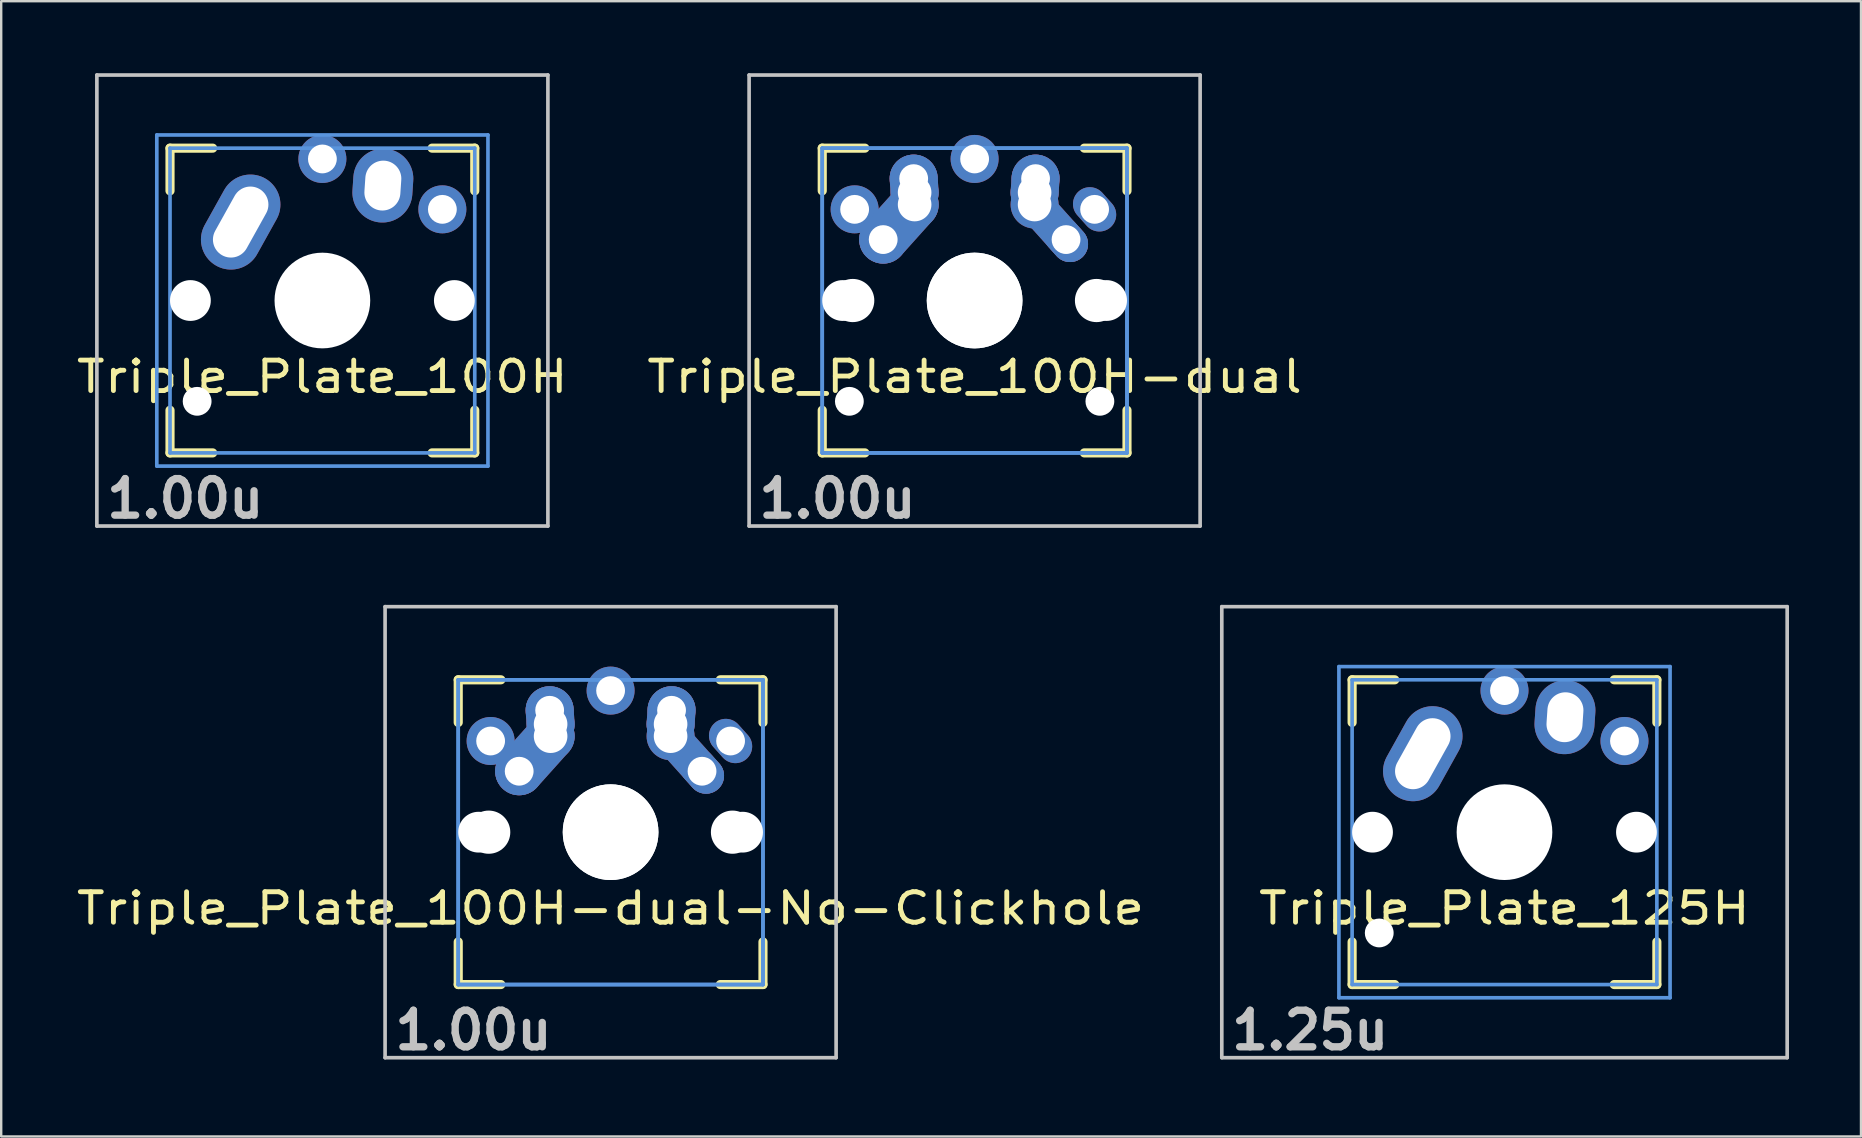
<source format=kicad_pcb>
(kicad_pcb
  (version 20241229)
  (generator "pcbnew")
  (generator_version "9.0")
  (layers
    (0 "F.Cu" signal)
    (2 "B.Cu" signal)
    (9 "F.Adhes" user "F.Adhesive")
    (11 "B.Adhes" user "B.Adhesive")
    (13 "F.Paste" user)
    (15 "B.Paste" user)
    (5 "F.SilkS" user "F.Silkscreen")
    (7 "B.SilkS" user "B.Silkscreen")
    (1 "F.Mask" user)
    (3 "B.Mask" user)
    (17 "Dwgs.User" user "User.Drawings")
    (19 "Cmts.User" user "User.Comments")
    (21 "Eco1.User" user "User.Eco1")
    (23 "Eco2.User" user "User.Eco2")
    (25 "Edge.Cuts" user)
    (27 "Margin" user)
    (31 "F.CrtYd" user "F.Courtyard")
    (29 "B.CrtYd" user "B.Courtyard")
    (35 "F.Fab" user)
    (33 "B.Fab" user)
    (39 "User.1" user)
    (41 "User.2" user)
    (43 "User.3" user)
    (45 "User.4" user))
  (footprint "Triple_Plate_100H-dual-No-Clickhole"
    (layer "F.Cu")
    (at 22.396 31.63)
    (property "Reference" "Triple_Plate_100H-dual-No-Clickhole" (at 0 3.175 0) (layer "F.SilkS") (effects (font (size 1.27 1.524) (thickness 0.203))))
    (attr through_hole)
    (fp_line (start -6.35 -6.35) (end -4.572 -6.35) (stroke (width 0.381) (type solid)) (layer "F.SilkS"))
    (fp_line (start -6.35 -4.572) (end -6.35 -6.35) (stroke (width 0.381) (type solid)) (layer "F.SilkS"))
    (fp_line (start -6.35 6.35) (end -6.35 4.572) (stroke (width 0.381) (type solid)) (layer "F.SilkS"))
    (fp_line (start -4.572 6.35) (end -6.35 6.35) (stroke (width 0.381) (type solid)) (layer "F.SilkS"))
    (fp_line (start 4.572 -6.35) (end 6.35 -6.35) (stroke (width 0.381) (type solid)) (layer "F.SilkS"))
    (fp_line (start 6.35 -6.35) (end 6.35 -4.572) (stroke (width 0.381) (type solid)) (layer "F.SilkS"))
    (fp_line (start 6.35 4.572) (end 6.35 6.35) (stroke (width 0.381) (type solid)) (layer "F.SilkS"))
    (fp_line (start 6.35 6.35) (end 4.572 6.35) (stroke (width 0.381) (type solid)) (layer "F.SilkS"))
    (fp_line (start -9.398 -9.398) (end 9.398 -9.398) (stroke (width 0.152) (type solid)) (layer "Dwgs.User"))
    (fp_line (start -9.398 9.398) (end -9.398 -9.398) (stroke (width 0.152) (type solid)) (layer "Dwgs.User"))
    (fp_line (start 9.398 -9.398) (end 9.398 9.398) (stroke (width 0.152) (type solid)) (layer "Dwgs.User"))
    (fp_line (start 9.398 9.398) (end -9.398 9.398) (stroke (width 0.152) (type solid)) (layer "Dwgs.User"))
    (fp_line (start -6.35 -6.35) (end 6.35 -6.35) (stroke (width 0.152) (type solid)) (layer "Cmts.User"))
    (fp_line (start -6.35 -6.35) (end 6.35 -6.35) (stroke (width 0.152) (type solid)) (layer "Cmts.User"))
    (fp_line (start -6.35 6.35) (end -6.35 -6.35) (stroke (width 0.152) (type solid)) (layer "Cmts.User"))
    (fp_line (start -6.35 6.35) (end -6.35 -6.35) (stroke (width 0.152) (type solid)) (layer "Cmts.User"))
    (fp_line (start 6.35 -6.35) (end 6.35 6.35) (stroke (width 0.152) (type solid)) (layer "Cmts.User"))
    (fp_line (start 6.35 -6.35) (end 6.35 6.35) (stroke (width 0.152) (type solid)) (layer "Cmts.User"))
    (fp_line (start 6.35 6.35) (end -6.35 6.35) (stroke (width 0.152) (type solid)) (layer "Cmts.User"))
    (fp_line (start 6.35 6.35) (end -6.35 6.35) (stroke (width 0.152) (type solid)) (layer "Cmts.User"))
    (fp_line (start -6.985 -6.985) (end 6.985 -6.985) (stroke (width 0.152) (type solid)) (layer "Eco2.User"))
    (fp_line (start -6.985 -6.985) (end 6.985 -6.985) (stroke (width 0.152) (type solid)) (layer "Eco2.User"))
    (fp_line (start -6.985 6.985) (end -6.985 -6.985) (stroke (width 0.152) (type solid)) (layer "Eco2.User"))
    (fp_line (start -6.985 6.985) (end -6.985 -6.985) (stroke (width 0.152) (type solid)) (layer "Eco2.User"))
    (fp_line (start 6.985 -6.985) (end 6.985 6.985) (stroke (width 0.152) (type solid)) (layer "Eco2.User"))
    (fp_line (start 6.985 -6.985) (end 6.985 6.985) (stroke (width 0.152) (type solid)) (layer "Eco2.User"))
    (fp_line (start 6.985 6.985) (end -6.985 6.985) (stroke (width 0.152) (type solid)) (layer "Eco2.User"))
    (fp_line (start 6.985 6.985) (end -6.985 6.985) (stroke (width 0.152) (type solid)) (layer "Eco2.User"))
    (fp_text user "1.00u" (at -5.715 8.255 0) (layer "Dwgs.User") (effects (font (size 1.524 1.524) (thickness 0.305))))
    (pad "" np_thru_hole circle (at -5.5 0) (size 1.7 1.7) (drill 1.7) (layers "*.Cu"))
    (pad "" np_thru_hole circle (at -5.08 0) (size 1.8 1.8) (drill 1.8) (layers "*.Cu"))
    (pad "" np_thru_hole circle (at 0 0) (size 3.988 3.988) (drill 3.988) (layers "*.Cu"))
    (pad "" np_thru_hole circle (at 0 0) (size 3.988 3.988) (drill 3.988) (layers "*.Cu"))
    (pad "" np_thru_hole circle (at 5.08 0) (size 1.8 1.8) (drill 1.8) (layers "*.Cu"))
    (pad "" np_thru_hole circle (at 5.5 0) (size 1.7 1.7) (drill 1.7) (layers "*.Cu"))
    (pad "1" thru_hole circle (at -5 -3.8 138.1) (size 2 2) (drill 1.2) (layers "*.Cu" "*.Mask"))
    (pad "1" thru_hole circle (at -3.81 -2.54) (size 2 2) (drill oval 1.2) (layers "*.Cu" "*.Mask"))
    (pad "1" smd oval (at -3.155 -3.27 138.1) (size 2 3.962) (layers "F.Cu" "F.Mask" "F.Paste"))
    (pad "1" smd oval (at -3.155 -3.27 138.1) (size 2 3.962) (layers "B.Cu" "B.Mask" "B.Paste"))
    (pad "1" thru_hole circle (at -2.54 -5.08 330.95) (size 2 2) (drill 1.2) (layers "*.Cu" "*.Mask"))
    (pad "1" smd oval (at -2.52 -4.79 3.945) (size 2 2.581) (layers "F.Cu" "F.Mask" "F.Paste"))
    (pad "1" smd oval (at -2.52 -4.79 3.945) (size 2 2.581) (layers "B.Cu" "B.Mask" "B.Paste"))
    (pad "1" thru_hole circle (at -2.5 -4.5 330.95) (size 2 2) (drill 1.4) (layers "*.Cu" "*.Mask"))
    (pad "1" thru_hole circle (at -2.5 -4 330.95) (size 2 2) (drill 1.4) (layers "*.Cu" "*.Mask"))
    (pad "1" thru_hole oval (at 5 -3.8 221.9) (size 1.4 2) (drill 1.2) (layers "*.Cu" "*.Mask"))
    (pad "2" thru_hole circle (at 0 -5.9) (size 2 2) (drill 1.2) (layers "*.Cu" "*.Mask"))
    (pad "2" thru_hole circle (at 2.5 -4.5 330.95) (size 2 2) (drill 1.4) (layers "*.Cu" "*.Mask"))
    (pad "2" thru_hole circle (at 2.5 -4) (size 2 2) (drill 1.4) (layers "*.Cu" "*.Mask"))
    (pad "2" smd oval (at 2.52 -4.79 356.055) (size 2 2.581) (layers "F.Cu" "F.Mask" "F.Paste"))
    (pad "2" smd oval (at 2.52 -4.79 356.055) (size 2 2.581) (layers "B.Cu" "B.Mask" "B.Paste"))
    (pad "2" thru_hole circle (at 2.54 -5.08 330.95) (size 2 2) (drill 1.2) (layers "*.Cu" "*.Mask"))
    (pad "2" smd oval (at 3.155 -3.27 221.9) (size 1.5 3.962) (layers "F.Cu" "F.Mask" "F.Paste"))
    (pad "2" smd oval (at 3.155 -3.27 221.9) (size 1.5 3.962) (layers "B.Cu" "B.Mask" "B.Paste"))
    (pad "2" thru_hole oval (at 3.81 -2.54 311.9) (size 2 1.5) (drill 1.2) (layers "*.Cu" "*.Mask")))
  (footprint "Triple_Plate_100H"
    (layer "F.Cu")
    (at 10.385 9.474)
    (property "Reference" "Triple_Plate_100H" (at 0 3.175 0) (layer "F.SilkS") (effects (font (size 1.27 1.524) (thickness 0.203))))
    (attr through_hole)
    (fp_line (start -6.35 -6.35) (end -4.572 -6.35) (stroke (width 0.381) (type solid)) (layer "F.SilkS"))
    (fp_line (start -6.35 -4.572) (end -6.35 -6.35) (stroke (width 0.381) (type solid)) (layer "F.SilkS"))
    (fp_line (start -6.35 6.35) (end -6.35 4.572) (stroke (width 0.381) (type solid)) (layer "F.SilkS"))
    (fp_line (start -4.572 6.35) (end -6.35 6.35) (stroke (width 0.381) (type solid)) (layer "F.SilkS"))
    (fp_line (start 4.572 -6.35) (end 6.35 -6.35) (stroke (width 0.381) (type solid)) (layer "F.SilkS"))
    (fp_line (start 6.35 -6.35) (end 6.35 -4.572) (stroke (width 0.381) (type solid)) (layer "F.SilkS"))
    (fp_line (start 6.35 4.572) (end 6.35 6.35) (stroke (width 0.381) (type solid)) (layer "F.SilkS"))
    (fp_line (start 6.35 6.35) (end 4.572 6.35) (stroke (width 0.381) (type solid)) (layer "F.SilkS"))
    (fp_line (start -9.398 -9.398) (end 9.398 -9.398) (stroke (width 0.152) (type solid)) (layer "Dwgs.User"))
    (fp_line (start -9.398 9.398) (end -9.398 -9.398) (stroke (width 0.152) (type solid)) (layer "Dwgs.User"))
    (fp_line (start 9.398 -9.398) (end 9.398 9.398) (stroke (width 0.152) (type solid)) (layer "Dwgs.User"))
    (fp_line (start 9.398 9.398) (end -9.398 9.398) (stroke (width 0.152) (type solid)) (layer "Dwgs.User"))
    (fp_line (start -6.9 -6.9) (end 6.9 -6.9) (stroke (width 0.152) (type solid)) (layer "Cmts.User"))
    (fp_line (start -6.9 6.9) (end -6.9 -6.9) (stroke (width 0.152) (type solid)) (layer "Cmts.User"))
    (fp_line (start -6.35 -6.35) (end 6.35 -6.35) (stroke (width 0.152) (type solid)) (layer "Cmts.User"))
    (fp_line (start -6.35 6.35) (end -6.35 -6.35) (stroke (width 0.152) (type solid)) (layer "Cmts.User"))
    (fp_line (start 6.35 -6.35) (end 6.35 6.35) (stroke (width 0.152) (type solid)) (layer "Cmts.User"))
    (fp_line (start 6.35 6.35) (end -6.35 6.35) (stroke (width 0.152) (type solid)) (layer "Cmts.User"))
    (fp_line (start 6.9 -6.9) (end 6.9 6.9) (stroke (width 0.152) (type solid)) (layer "Cmts.User"))
    (fp_line (start 6.9 6.9) (end -6.9 6.9) (stroke (width 0.152) (type solid)) (layer "Cmts.User"))
    (fp_line (start -7.5 -7.5) (end 7.5 -7.5) (stroke (width 0.152) (type solid)) (layer "Eco2.User"))
    (fp_line (start -7.5 7.5) (end -7.5 -7.5) (stroke (width 0.152) (type solid)) (layer "Eco2.User"))
    (fp_line (start -6.985 -6.985) (end 6.985 -6.985) (stroke (width 0.152) (type solid)) (layer "Eco2.User"))
    (fp_line (start -6.985 6.985) (end -6.985 -6.985) (stroke (width 0.152) (type solid)) (layer "Eco2.User"))
    (fp_line (start 6.985 -6.985) (end 6.985 6.985) (stroke (width 0.152) (type solid)) (layer "Eco2.User"))
    (fp_line (start 6.985 6.985) (end -6.985 6.985) (stroke (width 0.152) (type solid)) (layer "Eco2.User"))
    (fp_line (start 7.5 -7.5) (end 7.5 7.5) (stroke (width 0.152) (type solid)) (layer "Eco2.User"))
    (fp_line (start 7.5 7.5) (end -7.5 7.5) (stroke (width 0.152) (type solid)) (layer "Eco2.User"))
    (fp_text user "1.00u" (at -5.715 8.255 0) (layer "Dwgs.User") (effects (font (size 1.524 1.524) (thickness 0.305))))
    (pad "" np_thru_hole circle (at -5.5 0) (size 1.7 1.7) (drill 1.7) (layers "*.Cu"))
    (pad "" np_thru_hole circle (at -5.22 4.2) (size 1.2 1.2) (drill 1.2) (layers "*.Cu"))
    (pad "" np_thru_hole circle (at 0 0) (size 3.4 3.4) (drill 3.4) (layers "*.Cu"))
    (pad "" np_thru_hole circle (at 0 0) (size 3.988 3.988) (drill 3.988) (layers "*.Cu"))
    (pad "" np_thru_hole circle (at 5.5 0) (size 1.7 1.7) (drill 1.7) (layers "*.Cu"))
    (pad "1" thru_hole oval (at -3.405 -3.27 330.9) (size 2.5 4.17) (drill oval 1.5 3.17) (layers "*.Cu" "*.Mask"))
    (pad "1" thru_hole circle (at 0 -5.9) (size 2 2) (drill 1.2) (layers "*.Cu" "*.Mask"))
    (pad "2" thru_hole oval (at 2.52 -4.79 356.1) (size 2.5 3.08) (drill oval 1.5 2.08) (layers "*.Cu" "*.Mask"))
    (pad "2" thru_hole circle (at 5 -3.8 221.9) (size 2 2) (drill 1.2) (layers "*.Cu" "*.Mask")))
  (footprint "Triple_Plate_100H-dual"
    (layer "F.Cu")
    (at 37.566 9.474)
    (property "Reference" "Triple_Plate_100H-dual" (at 0 3.175 0) (layer "F.SilkS") (effects (font (size 1.27 1.524) (thickness 0.203))))
    (attr through_hole)
    (fp_line (start -6.35 -6.35) (end -4.572 -6.35) (stroke (width 0.381) (type solid)) (layer "F.SilkS"))
    (fp_line (start -6.35 -4.572) (end -6.35 -6.35) (stroke (width 0.381) (type solid)) (layer "F.SilkS"))
    (fp_line (start -6.35 6.35) (end -6.35 4.572) (stroke (width 0.381) (type solid)) (layer "F.SilkS"))
    (fp_line (start -4.572 6.35) (end -6.35 6.35) (stroke (width 0.381) (type solid)) (layer "F.SilkS"))
    (fp_line (start 4.572 -6.35) (end 6.35 -6.35) (stroke (width 0.381) (type solid)) (layer "F.SilkS"))
    (fp_line (start 6.35 -6.35) (end 6.35 -4.572) (stroke (width 0.381) (type solid)) (layer "F.SilkS"))
    (fp_line (start 6.35 4.572) (end 6.35 6.35) (stroke (width 0.381) (type solid)) (layer "F.SilkS"))
    (fp_line (start 6.35 6.35) (end 4.572 6.35) (stroke (width 0.381) (type solid)) (layer "F.SilkS"))
    (fp_line (start -9.398 -9.398) (end 9.398 -9.398) (stroke (width 0.152) (type solid)) (layer "Dwgs.User"))
    (fp_line (start -9.398 9.398) (end -9.398 -9.398) (stroke (width 0.152) (type solid)) (layer "Dwgs.User"))
    (fp_line (start 9.398 -9.398) (end 9.398 9.398) (stroke (width 0.152) (type solid)) (layer "Dwgs.User"))
    (fp_line (start 9.398 9.398) (end -9.398 9.398) (stroke (width 0.152) (type solid)) (layer "Dwgs.User"))
    (fp_line (start -6.35 -6.35) (end 6.35 -6.35) (stroke (width 0.152) (type solid)) (layer "Cmts.User"))
    (fp_line (start -6.35 -6.35) (end 6.35 -6.35) (stroke (width 0.152) (type solid)) (layer "Cmts.User"))
    (fp_line (start -6.35 6.35) (end -6.35 -6.35) (stroke (width 0.152) (type solid)) (layer "Cmts.User"))
    (fp_line (start -6.35 6.35) (end -6.35 -6.35) (stroke (width 0.152) (type solid)) (layer "Cmts.User"))
    (fp_line (start 6.35 -6.35) (end 6.35 6.35) (stroke (width 0.152) (type solid)) (layer "Cmts.User"))
    (fp_line (start 6.35 -6.35) (end 6.35 6.35) (stroke (width 0.152) (type solid)) (layer "Cmts.User"))
    (fp_line (start 6.35 6.35) (end -6.35 6.35) (stroke (width 0.152) (type solid)) (layer "Cmts.User"))
    (fp_line (start 6.35 6.35) (end -6.35 6.35) (stroke (width 0.152) (type solid)) (layer "Cmts.User"))
    (fp_line (start -7.5 -7.5) (end 7.5 -7.5) (stroke (width 0.152) (type solid)) (layer "Eco2.User"))
    (fp_line (start -7.5 7.5) (end -7.5 -7.5) (stroke (width 0.152) (type solid)) (layer "Eco2.User"))
    (fp_line (start -6.985 -6.985) (end 6.985 -6.985) (stroke (width 0.152) (type solid)) (layer "Eco2.User"))
    (fp_line (start -6.985 -6.985) (end 6.985 -6.985) (stroke (width 0.152) (type solid)) (layer "Eco2.User"))
    (fp_line (start -6.985 6.985) (end -6.985 -6.985) (stroke (width 0.152) (type solid)) (layer "Eco2.User"))
    (fp_line (start -6.985 6.985) (end -6.985 -6.985) (stroke (width 0.152) (type solid)) (layer "Eco2.User"))
    (fp_line (start 6.985 -6.985) (end 6.985 6.985) (stroke (width 0.152) (type solid)) (layer "Eco2.User"))
    (fp_line (start 6.985 -6.985) (end 6.985 6.985) (stroke (width 0.152) (type solid)) (layer "Eco2.User"))
    (fp_line (start 6.985 6.985) (end -6.985 6.985) (stroke (width 0.152) (type solid)) (layer "Eco2.User"))
    (fp_line (start 6.985 6.985) (end -6.985 6.985) (stroke (width 0.152) (type solid)) (layer "Eco2.User"))
    (fp_line (start 7.5 -7.5) (end 7.5 7.5) (stroke (width 0.152) (type solid)) (layer "Eco2.User"))
    (fp_line (start 7.5 7.5) (end -7.5 7.5) (stroke (width 0.152) (type solid)) (layer "Eco2.User"))
    (fp_text user "1.00u" (at -5.715 8.255 0) (layer "Dwgs.User") (effects (font (size 1.524 1.524) (thickness 0.305))))
    (pad "" np_thru_hole circle (at -5.5 0) (size 1.7 1.7) (drill 1.7) (layers "*.Cu"))
    (pad "" np_thru_hole circle (at -5.22 4.2) (size 1.2 1.2) (drill 1.2) (layers "*.Cu"))
    (pad "" np_thru_hole circle (at -5.08 0) (size 1.8 1.8) (drill 1.8) (layers "*.Cu"))
    (pad "" np_thru_hole circle (at 0 0) (size 3.988 3.988) (drill 3.988) (layers "*.Cu"))
    (pad "" np_thru_hole circle (at 0 0) (size 3.988 3.988) (drill 3.988) (layers "*.Cu"))
    (pad "" np_thru_hole circle (at 5.08 0) (size 1.8 1.8) (drill 1.8) (layers "*.Cu"))
    (pad "" np_thru_hole circle (at 5.22 4.2) (size 1.2 1.2) (drill 1.2) (layers "*.Cu"))
    (pad "" np_thru_hole circle (at 5.5 0) (size 1.7 1.7) (drill 1.7) (layers "*.Cu"))
    (pad "1" thru_hole circle (at -5 -3.8 138.1) (size 2 2) (drill 1.2) (layers "*.Cu" "*.Mask"))
    (pad "1" thru_hole circle (at -3.81 -2.54) (size 2 2) (drill oval 1.2) (layers "*.Cu" "*.Mask"))
    (pad "1" smd oval (at -3.155 -3.27 138.1) (size 2 3.962) (layers "F.Cu" "F.Mask" "F.Paste"))
    (pad "1" smd oval (at -3.155 -3.27 138.1) (size 2 3.962) (layers "B.Cu" "B.Mask" "B.Paste"))
    (pad "1" thru_hole circle (at -2.54 -5.08 330.95) (size 2 2) (drill 1.2) (layers "*.Cu" "*.Mask"))
    (pad "1" smd oval (at -2.52 -4.79 3.945) (size 2 2.581) (layers "F.Cu" "F.Mask" "F.Paste"))
    (pad "1" smd oval (at -2.52 -4.79 3.945) (size 2 2.581) (layers "B.Cu" "B.Mask" "B.Paste"))
    (pad "1" thru_hole circle (at -2.5 -4.5 330.95) (size 2 2) (drill 1.4) (layers "*.Cu" "*.Mask"))
    (pad "1" thru_hole circle (at -2.5 -4 330.95) (size 2 2) (drill 1.4) (layers "*.Cu" "*.Mask"))
    (pad "1" thru_hole oval (at 5 -3.8 221.9) (size 1.4 2) (drill 1.2) (layers "*.Cu" "*.Mask"))
    (pad "2" thru_hole circle (at 0 -5.9) (size 2 2) (drill 1.2) (layers "*.Cu" "*.Mask"))
    (pad "2" thru_hole circle (at 2.5 -4.5 330.95) (size 2 2) (drill 1.4) (layers "*.Cu" "*.Mask"))
    (pad "2" thru_hole circle (at 2.5 -4) (size 2 2) (drill 1.4) (layers "*.Cu" "*.Mask"))
    (pad "2" smd oval (at 2.52 -4.79 356.055) (size 2 2.581) (layers "F.Cu" "F.Mask" "F.Paste"))
    (pad "2" smd oval (at 2.52 -4.79 356.055) (size 2 2.581) (layers "B.Cu" "B.Mask" "B.Paste"))
    (pad "2" thru_hole circle (at 2.54 -5.08 330.95) (size 2 2) (drill 1.2) (layers "*.Cu" "*.Mask"))
    (pad "2" smd oval (at 3.155 -3.27 221.9) (size 1.5 3.962) (layers "F.Cu" "F.Mask" "F.Paste"))
    (pad "2" smd oval (at 3.155 -3.27 221.9) (size 1.5 3.962) (layers "B.Cu" "B.Mask" "B.Paste"))
    (pad "2" thru_hole oval (at 3.81 -2.54 311.9) (size 2 1.5) (drill 1.2) (layers "*.Cu" "*.Mask")))
  (footprint "Triple_Plate_125H"
    (layer "F.Cu")
    (at 59.648 31.63)
    (property "Reference" "Triple_Plate_125H" (at 0 3.175 0) (layer "F.SilkS") (effects (font (size 1.27 1.524) (thickness 0.203))))
    (attr through_hole)
    (fp_line (start -6.35 -6.35) (end -4.572 -6.35) (stroke (width 0.381) (type solid)) (layer "F.SilkS"))
    (fp_line (start -6.35 -4.572) (end -6.35 -6.35) (stroke (width 0.381) (type solid)) (layer "F.SilkS"))
    (fp_line (start -6.35 6.35) (end -6.35 4.572) (stroke (width 0.381) (type solid)) (layer "F.SilkS"))
    (fp_line (start -4.572 6.35) (end -6.35 6.35) (stroke (width 0.381) (type solid)) (layer "F.SilkS"))
    (fp_line (start 4.572 -6.35) (end 6.35 -6.35) (stroke (width 0.381) (type solid)) (layer "F.SilkS"))
    (fp_line (start 6.35 -6.35) (end 6.35 -4.572) (stroke (width 0.381) (type solid)) (layer "F.SilkS"))
    (fp_line (start 6.35 4.572) (end 6.35 6.35) (stroke (width 0.381) (type solid)) (layer "F.SilkS"))
    (fp_line (start 6.35 6.35) (end 4.572 6.35) (stroke (width 0.381) (type solid)) (layer "F.SilkS"))
    (fp_line (start -11.781 -9.398) (end 11.781 -9.398) (stroke (width 0.152) (type solid)) (layer "Dwgs.User"))
    (fp_line (start -11.781 9.398) (end -11.781 -9.398) (stroke (width 0.152) (type solid)) (layer "Dwgs.User"))
    (fp_line (start 11.781 -9.398) (end 11.781 9.398) (stroke (width 0.152) (type solid)) (layer "Dwgs.User"))
    (fp_line (start 11.781 9.398) (end -11.781 9.398) (stroke (width 0.152) (type solid)) (layer "Dwgs.User"))
    (fp_line (start -6.9 -6.9) (end 6.9 -6.9) (stroke (width 0.152) (type solid)) (layer "Cmts.User"))
    (fp_line (start -6.9 6.9) (end -6.9 -6.9) (stroke (width 0.152) (type solid)) (layer "Cmts.User"))
    (fp_line (start -6.35 -6.35) (end 6.35 -6.35) (stroke (width 0.152) (type solid)) (layer "Cmts.User"))
    (fp_line (start -6.35 6.35) (end -6.35 -6.35) (stroke (width 0.152) (type solid)) (layer "Cmts.User"))
    (fp_line (start 6.35 -6.35) (end 6.35 6.35) (stroke (width 0.152) (type solid)) (layer "Cmts.User"))
    (fp_line (start 6.35 6.35) (end -6.35 6.35) (stroke (width 0.152) (type solid)) (layer "Cmts.User"))
    (fp_line (start 6.9 -6.9) (end 6.9 6.9) (stroke (width 0.152) (type solid)) (layer "Cmts.User"))
    (fp_line (start 6.9 6.9) (end -6.9 6.9) (stroke (width 0.152) (type solid)) (layer "Cmts.User"))
    (fp_line (start -7.5 -7.5) (end 7.5 -7.5) (stroke (width 0.152) (type solid)) (layer "Eco2.User"))
    (fp_line (start -7.5 7.5) (end -7.5 -7.5) (stroke (width 0.152) (type solid)) (layer "Eco2.User"))
    (fp_line (start -6.985 -6.985) (end 6.985 -6.985) (stroke (width 0.152) (type solid)) (layer "Eco2.User"))
    (fp_line (start -6.985 6.985) (end -6.985 -6.985) (stroke (width 0.152) (type solid)) (layer "Eco2.User"))
    (fp_line (start 6.985 -6.985) (end 6.985 6.985) (stroke (width 0.152) (type solid)) (layer "Eco2.User"))
    (fp_line (start 6.985 6.985) (end -6.985 6.985) (stroke (width 0.152) (type solid)) (layer "Eco2.User"))
    (fp_line (start 7.5 -7.5) (end 7.5 7.5) (stroke (width 0.152) (type solid)) (layer "Eco2.User"))
    (fp_line (start 7.5 7.5) (end -7.5 7.5) (stroke (width 0.152) (type solid)) (layer "Eco2.User"))
    (fp_text user "1.25u" (at -8.098 8.255 0) (layer "Dwgs.User") (effects (font (size 1.524 1.524) (thickness 0.305))))
    (pad "" np_thru_hole circle (at -5.5 0) (size 1.7 1.7) (drill 1.7) (layers "*.Cu"))
    (pad "" np_thru_hole circle (at -5.22 4.2) (size 1.2 1.2) (drill 1.2) (layers "*.Cu"))
    (pad "" np_thru_hole circle (at 0 0) (size 3.4 3.4) (drill 3.4) (layers "*.Cu"))
    (pad "" np_thru_hole circle (at 0 0) (size 3.988 3.988) (drill 3.988) (layers "*.Cu"))
    (pad "" np_thru_hole circle (at 5.5 0) (size 1.7 1.7) (drill 1.7) (layers "*.Cu"))
    (pad "1" thru_hole oval (at -3.405 -3.27 330.9) (size 2.5 4.17) (drill oval 1.5 3.17) (layers "*.Cu" "*.Mask"))
    (pad "1" thru_hole circle (at 0 -5.9) (size 2 2) (drill 1.2) (layers "*.Cu" "*.Mask"))
    (pad "2" thru_hole oval (at 2.52 -4.79 356.1) (size 2.5 3.08) (drill oval 1.5 2.08) (layers "*.Cu" "*.Mask"))
    (pad "2" thru_hole circle (at 5 -3.8 221.9) (size 2 2) (drill 1.2) (layers "*.Cu" "*.Mask")))
  (gr_rect
    (start -3 -3)
    (end 74.505 44.311)
    (stroke (width 0.1) (type default))
    (fill no)
    (layer "Edge.Cuts")))
</source>
